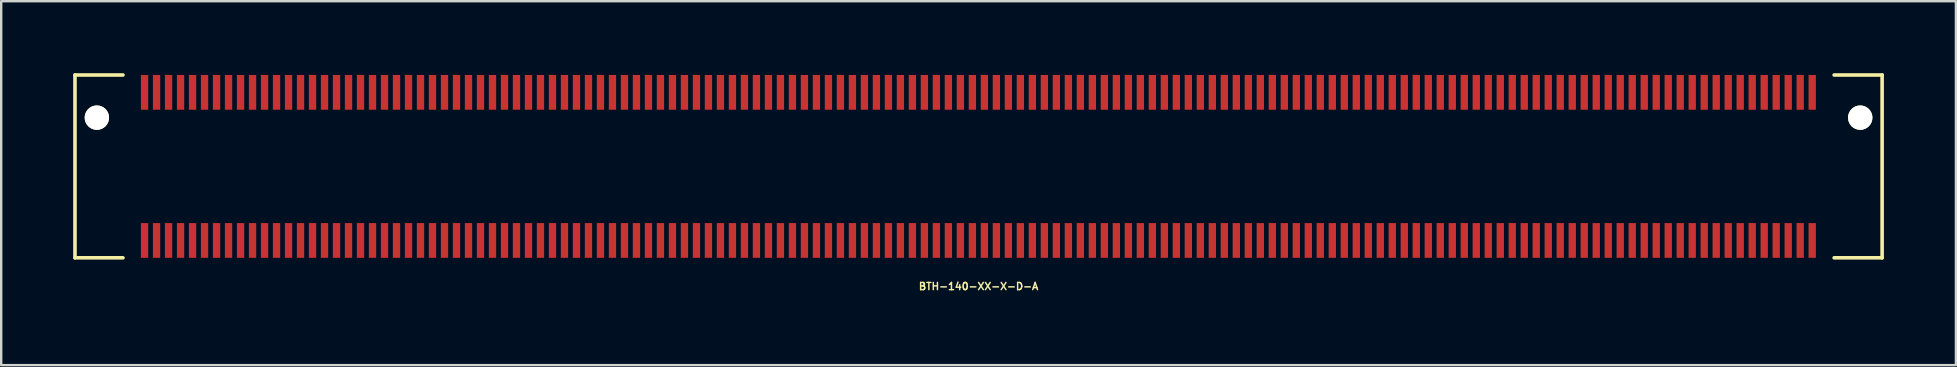
<source format=kicad_pcb>
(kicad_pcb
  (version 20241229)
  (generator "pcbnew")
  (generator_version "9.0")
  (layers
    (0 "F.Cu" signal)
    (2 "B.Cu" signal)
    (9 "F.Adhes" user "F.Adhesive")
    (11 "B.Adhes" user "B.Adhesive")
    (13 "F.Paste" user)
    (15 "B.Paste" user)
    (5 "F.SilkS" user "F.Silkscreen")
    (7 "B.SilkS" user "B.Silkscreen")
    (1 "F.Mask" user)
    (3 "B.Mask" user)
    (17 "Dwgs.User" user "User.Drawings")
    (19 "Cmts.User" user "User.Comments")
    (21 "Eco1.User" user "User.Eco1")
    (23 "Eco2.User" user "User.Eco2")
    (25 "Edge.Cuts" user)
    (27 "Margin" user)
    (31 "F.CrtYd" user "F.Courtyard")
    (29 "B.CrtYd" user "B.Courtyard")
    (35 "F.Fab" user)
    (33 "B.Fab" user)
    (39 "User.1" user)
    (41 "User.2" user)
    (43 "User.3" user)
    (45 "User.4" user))
  (footprint "BTH-140-XX-X-D-A"
    (layer "F.Cu")
    (at 37.732 3.885)
    (property "Reference" "BTH-140-XX-X-D-A" (at 0 5 0) (layer "F.SilkS") (effects (font (size 0.3 0.3) (thickness 0.061))))
    (attr smd)
    (fp_line (start -37.657 -3.81) (end -37.657 3.81) (stroke (width 0.15) (type solid)) (layer "F.SilkS"))
    (fp_line (start -37.657 3.81) (end -35.657 3.81) (stroke (width 0.15) (type solid)) (layer "F.SilkS"))
    (fp_line (start -35.657 -3.81) (end -37.657 -3.81) (stroke (width 0.15) (type solid)) (layer "F.SilkS"))
    (fp_line (start 35.657 -3.81) (end 37.657 -3.81) (stroke (width 0.15) (type solid)) (layer "F.SilkS"))
    (fp_line (start 37.657 -3.81) (end 37.657 3.81) (stroke (width 0.15) (type solid)) (layer "F.SilkS"))
    (fp_line (start 37.657 3.81) (end 35.657 3.81) (stroke (width 0.15) (type solid)) (layer "F.SilkS"))
    (pad "" np_thru_hole circle (at -36.745 -2.032) (size 1.016 1.016) (drill 1.016) (layers "*.Cu" "*.Mask" "F.SilkS"))
    (pad "" np_thru_hole circle (at 36.744 -2.032) (size 1.016 1.016) (drill 1.016) (layers "*.Cu" "*.Mask" "F.SilkS"))
    (pad "1" smd rect (at -34.757 -3.086) (size 0.305 1.448) (layers "F.Cu" "F.Mask" "F.Paste"))
    (pad "2" smd rect (at -34.757 3.086) (size 0.305 1.448) (layers "F.Cu" "F.Mask" "F.Paste"))
    (pad "3" smd rect (at -34.257 -3.086) (size 0.305 1.448) (layers "F.Cu" "F.Mask" "F.Paste"))
    (pad "4" smd rect (at -34.257 3.086) (size 0.305 1.448) (layers "F.Cu" "F.Mask" "F.Paste"))
    (pad "5" smd rect (at -33.757 -3.086) (size 0.305 1.448) (layers "F.Cu" "F.Mask" "F.Paste"))
    (pad "6" smd rect (at -33.757 3.086) (size 0.305 1.448) (layers "F.Cu" "F.Mask" "F.Paste"))
    (pad "7" smd rect (at -33.257 -3.086) (size 0.305 1.448) (layers "F.Cu" "F.Mask" "F.Paste"))
    (pad "8" smd rect (at -33.257 3.086) (size 0.305 1.448) (layers "F.Cu" "F.Mask" "F.Paste"))
    (pad "9" smd rect (at -32.757 -3.086) (size 0.305 1.448) (layers "F.Cu" "F.Mask" "F.Paste"))
    (pad "10" smd rect (at -32.757 3.086) (size 0.305 1.448) (layers "F.Cu" "F.Mask" "F.Paste"))
    (pad "11" smd rect (at -32.257 -3.086) (size 0.305 1.448) (layers "F.Cu" "F.Mask" "F.Paste"))
    (pad "12" smd rect (at -32.257 3.086) (size 0.305 1.448) (layers "F.Cu" "F.Mask" "F.Paste"))
    (pad "13" smd rect (at -31.757 -3.086) (size 0.305 1.448) (layers "F.Cu" "F.Mask" "F.Paste"))
    (pad "14" smd rect (at -31.757 3.086) (size 0.305 1.448) (layers "F.Cu" "F.Mask" "F.Paste"))
    (pad "15" smd rect (at -31.257 -3.086) (size 0.305 1.448) (layers "F.Cu" "F.Mask" "F.Paste"))
    (pad "16" smd rect (at -31.257 3.086) (size 0.305 1.448) (layers "F.Cu" "F.Mask" "F.Paste"))
    (pad "17" smd rect (at -30.757 -3.086) (size 0.305 1.448) (layers "F.Cu" "F.Mask" "F.Paste"))
    (pad "18" smd rect (at -30.757 3.086) (size 0.305 1.448) (layers "F.Cu" "F.Mask" "F.Paste"))
    (pad "19" smd rect (at -30.257 -3.086) (size 0.305 1.448) (layers "F.Cu" "F.Mask" "F.Paste"))
    (pad "20" smd rect (at -30.257 3.086) (size 0.305 1.448) (layers "F.Cu" "F.Mask" "F.Paste"))
    (pad "21" smd rect (at -29.757 -3.086) (size 0.305 1.448) (layers "F.Cu" "F.Mask" "F.Paste"))
    (pad "22" smd rect (at -29.757 3.086) (size 0.305 1.448) (layers "F.Cu" "F.Mask" "F.Paste"))
    (pad "23" smd rect (at -29.257 -3.086) (size 0.305 1.448) (layers "F.Cu" "F.Mask" "F.Paste"))
    (pad "24" smd rect (at -29.257 3.086) (size 0.305 1.448) (layers "F.Cu" "F.Mask" "F.Paste"))
    (pad "25" smd rect (at -28.757 -3.086) (size 0.305 1.448) (layers "F.Cu" "F.Mask" "F.Paste"))
    (pad "26" smd rect (at -28.757 3.086) (size 0.305 1.448) (layers "F.Cu" "F.Mask" "F.Paste"))
    (pad "27" smd rect (at -28.257 -3.086) (size 0.305 1.448) (layers "F.Cu" "F.Mask" "F.Paste"))
    (pad "28" smd rect (at -28.257 3.086) (size 0.305 1.448) (layers "F.Cu" "F.Mask" "F.Paste"))
    (pad "29" smd rect (at -27.757 -3.086) (size 0.305 1.448) (layers "F.Cu" "F.Mask" "F.Paste"))
    (pad "30" smd rect (at -27.757 3.086) (size 0.305 1.448) (layers "F.Cu" "F.Mask" "F.Paste"))
    (pad "31" smd rect (at -27.257 -3.086) (size 0.305 1.448) (layers "F.Cu" "F.Mask" "F.Paste"))
    (pad "32" smd rect (at -27.257 3.086) (size 0.305 1.448) (layers "F.Cu" "F.Mask" "F.Paste"))
    (pad "33" smd rect (at -26.757 -3.086) (size 0.305 1.448) (layers "F.Cu" "F.Mask" "F.Paste"))
    (pad "34" smd rect (at -26.757 3.086) (size 0.305 1.448) (layers "F.Cu" "F.Mask" "F.Paste"))
    (pad "35" smd rect (at -26.257 -3.086) (size 0.305 1.448) (layers "F.Cu" "F.Mask" "F.Paste"))
    (pad "36" smd rect (at -26.257 3.086) (size 0.305 1.448) (layers "F.Cu" "F.Mask" "F.Paste"))
    (pad "37" smd rect (at -25.757 -3.086) (size 0.305 1.448) (layers "F.Cu" "F.Mask" "F.Paste"))
    (pad "38" smd rect (at -25.757 3.086) (size 0.305 1.448) (layers "F.Cu" "F.Mask" "F.Paste"))
    (pad "39" smd rect (at -25.257 -3.086) (size 0.305 1.448) (layers "F.Cu" "F.Mask" "F.Paste"))
    (pad "40" smd rect (at -25.257 3.086) (size 0.305 1.448) (layers "F.Cu" "F.Mask" "F.Paste"))
    (pad "41" smd rect (at -24.757 -3.086) (size 0.305 1.448) (layers "F.Cu" "F.Mask" "F.Paste"))
    (pad "42" smd rect (at -24.757 3.086) (size 0.305 1.448) (layers "F.Cu" "F.Mask" "F.Paste"))
    (pad "43" smd rect (at -24.257 -3.086) (size 0.305 1.448) (layers "F.Cu" "F.Mask" "F.Paste"))
    (pad "44" smd rect (at -24.257 3.086) (size 0.305 1.448) (layers "F.Cu" "F.Mask" "F.Paste"))
    (pad "45" smd rect (at -23.757 -3.086) (size 0.305 1.448) (layers "F.Cu" "F.Mask" "F.Paste"))
    (pad "46" smd rect (at -23.757 3.086) (size 0.305 1.448) (layers "F.Cu" "F.Mask" "F.Paste"))
    (pad "47" smd rect (at -23.257 -3.086) (size 0.305 1.448) (layers "F.Cu" "F.Mask" "F.Paste"))
    (pad "48" smd rect (at -23.257 3.086) (size 0.305 1.448) (layers "F.Cu" "F.Mask" "F.Paste"))
    (pad "49" smd rect (at -22.757 -3.086) (size 0.305 1.448) (layers "F.Cu" "F.Mask" "F.Paste"))
    (pad "50" smd rect (at -22.757 3.086) (size 0.305 1.448) (layers "F.Cu" "F.Mask" "F.Paste"))
    (pad "51" smd rect (at -22.257 -3.086) (size 0.305 1.448) (layers "F.Cu" "F.Mask" "F.Paste"))
    (pad "52" smd rect (at -22.257 3.086) (size 0.305 1.448) (layers "F.Cu" "F.Mask" "F.Paste"))
    (pad "53" smd rect (at -21.757 -3.086) (size 0.305 1.448) (layers "F.Cu" "F.Mask" "F.Paste"))
    (pad "54" smd rect (at -21.757 3.086) (size 0.305 1.448) (layers "F.Cu" "F.Mask" "F.Paste"))
    (pad "55" smd rect (at -21.257 -3.086) (size 0.305 1.448) (layers "F.Cu" "F.Mask" "F.Paste"))
    (pad "56" smd rect (at -21.257 3.086) (size 0.305 1.448) (layers "F.Cu" "F.Mask" "F.Paste"))
    (pad "57" smd rect (at -20.757 -3.086) (size 0.305 1.448) (layers "F.Cu" "F.Mask" "F.Paste"))
    (pad "58" smd rect (at -20.757 3.086) (size 0.305 1.448) (layers "F.Cu" "F.Mask" "F.Paste"))
    (pad "59" smd rect (at -20.257 -3.086) (size 0.305 1.448) (layers "F.Cu" "F.Mask" "F.Paste"))
    (pad "60" smd rect (at -20.257 3.086) (size 0.305 1.448) (layers "F.Cu" "F.Mask" "F.Paste"))
    (pad "61" smd rect (at -19.757 -3.086) (size 0.305 1.448) (layers "F.Cu" "F.Mask" "F.Paste"))
    (pad "62" smd rect (at -19.757 3.086) (size 0.305 1.448) (layers "F.Cu" "F.Mask" "F.Paste"))
    (pad "63" smd rect (at -19.257 -3.086) (size 0.305 1.448) (layers "F.Cu" "F.Mask" "F.Paste"))
    (pad "64" smd rect (at -19.257 3.086) (size 0.305 1.448) (layers "F.Cu" "F.Mask" "F.Paste"))
    (pad "65" smd rect (at -18.757 -3.086) (size 0.305 1.448) (layers "F.Cu" "F.Mask" "F.Paste"))
    (pad "66" smd rect (at -18.757 3.086) (size 0.305 1.448) (layers "F.Cu" "F.Mask" "F.Paste"))
    (pad "67" smd rect (at -18.257 -3.086) (size 0.305 1.448) (layers "F.Cu" "F.Mask" "F.Paste"))
    (pad "68" smd rect (at -18.257 3.086) (size 0.305 1.448) (layers "F.Cu" "F.Mask" "F.Paste"))
    (pad "69" smd rect (at -17.757 -3.086) (size 0.305 1.448) (layers "F.Cu" "F.Mask" "F.Paste"))
    (pad "70" smd rect (at -17.757 3.086) (size 0.305 1.448) (layers "F.Cu" "F.Mask" "F.Paste"))
    (pad "71" smd rect (at -17.257 -3.086) (size 0.305 1.448) (layers "F.Cu" "F.Mask" "F.Paste"))
    (pad "72" smd rect (at -17.257 3.086) (size 0.305 1.448) (layers "F.Cu" "F.Mask" "F.Paste"))
    (pad "73" smd rect (at -16.757 -3.086) (size 0.305 1.448) (layers "F.Cu" "F.Mask" "F.Paste"))
    (pad "74" smd rect (at -16.757 3.086) (size 0.305 1.448) (layers "F.Cu" "F.Mask" "F.Paste"))
    (pad "75" smd rect (at -16.257 -3.086) (size 0.305 1.448) (layers "F.Cu" "F.Mask" "F.Paste"))
    (pad "76" smd rect (at -16.257 3.086) (size 0.305 1.448) (layers "F.Cu" "F.Mask" "F.Paste"))
    (pad "77" smd rect (at -15.757 -3.086) (size 0.305 1.448) (layers "F.Cu" "F.Mask" "F.Paste"))
    (pad "78" smd rect (at -15.757 3.086) (size 0.305 1.448) (layers "F.Cu" "F.Mask" "F.Paste"))
    (pad "79" smd rect (at -15.257 -3.086) (size 0.305 1.448) (layers "F.Cu" "F.Mask" "F.Paste"))
    (pad "80" smd rect (at -15.257 3.086) (size 0.305 1.448) (layers "F.Cu" "F.Mask" "F.Paste"))
    (pad "81" smd rect (at -14.757 -3.086) (size 0.305 1.448) (layers "F.Cu" "F.Mask" "F.Paste"))
    (pad "82" smd rect (at -14.757 3.086) (size 0.305 1.448) (layers "F.Cu" "F.Mask" "F.Paste"))
    (pad "83" smd rect (at -14.257 -3.086) (size 0.305 1.448) (layers "F.Cu" "F.Mask" "F.Paste"))
    (pad "84" smd rect (at -14.257 3.086) (size 0.305 1.448) (layers "F.Cu" "F.Mask" "F.Paste"))
    (pad "85" smd rect (at -13.757 -3.086) (size 0.305 1.448) (layers "F.Cu" "F.Mask" "F.Paste"))
    (pad "86" smd rect (at -13.757 3.086) (size 0.305 1.448) (layers "F.Cu" "F.Mask" "F.Paste"))
    (pad "87" smd rect (at -13.257 -3.086) (size 0.305 1.448) (layers "F.Cu" "F.Mask" "F.Paste"))
    (pad "88" smd rect (at -13.257 3.086) (size 0.305 1.448) (layers "F.Cu" "F.Mask" "F.Paste"))
    (pad "89" smd rect (at -12.757 -3.086) (size 0.305 1.448) (layers "F.Cu" "F.Mask" "F.Paste"))
    (pad "90" smd rect (at -12.757 3.086) (size 0.305 1.448) (layers "F.Cu" "F.Mask" "F.Paste"))
    (pad "91" smd rect (at -12.257 -3.086) (size 0.305 1.448) (layers "F.Cu" "F.Mask" "F.Paste"))
    (pad "92" smd rect (at -12.257 3.086) (size 0.305 1.448) (layers "F.Cu" "F.Mask" "F.Paste"))
    (pad "93" smd rect (at -11.757 -3.086) (size 0.305 1.448) (layers "F.Cu" "F.Mask" "F.Paste"))
    (pad "94" smd rect (at -11.757 3.086) (size 0.305 1.448) (layers "F.Cu" "F.Mask" "F.Paste"))
    (pad "95" smd rect (at -11.257 -3.086) (size 0.305 1.448) (layers "F.Cu" "F.Mask" "F.Paste"))
    (pad "96" smd rect (at -11.257 3.086) (size 0.305 1.448) (layers "F.Cu" "F.Mask" "F.Paste"))
    (pad "97" smd rect (at -10.757 -3.086) (size 0.305 1.448) (layers "F.Cu" "F.Mask" "F.Paste"))
    (pad "98" smd rect (at -10.757 3.086) (size 0.305 1.448) (layers "F.Cu" "F.Mask" "F.Paste"))
    (pad "99" smd rect (at -10.257 -3.086) (size 0.305 1.448) (layers "F.Cu" "F.Mask" "F.Paste"))
    (pad "100" smd rect (at -10.257 3.086) (size 0.305 1.448) (layers "F.Cu" "F.Mask" "F.Paste"))
    (pad "101" smd rect (at -9.757 -3.086) (size 0.305 1.448) (layers "F.Cu" "F.Mask" "F.Paste"))
    (pad "102" smd rect (at -9.757 3.086) (size 0.305 1.448) (layers "F.Cu" "F.Mask" "F.Paste"))
    (pad "103" smd rect (at -9.257 -3.086) (size 0.305 1.448) (layers "F.Cu" "F.Mask" "F.Paste"))
    (pad "104" smd rect (at -9.257 3.086) (size 0.305 1.448) (layers "F.Cu" "F.Mask" "F.Paste"))
    (pad "105" smd rect (at -8.757 -3.086) (size 0.305 1.448) (layers "F.Cu" "F.Mask" "F.Paste"))
    (pad "106" smd rect (at -8.757 3.086) (size 0.305 1.448) (layers "F.Cu" "F.Mask" "F.Paste"))
    (pad "107" smd rect (at -8.257 -3.086) (size 0.305 1.448) (layers "F.Cu" "F.Mask" "F.Paste"))
    (pad "108" smd rect (at -8.257 3.086) (size 0.305 1.448) (layers "F.Cu" "F.Mask" "F.Paste"))
    (pad "109" smd rect (at -7.757 -3.086) (size 0.305 1.448) (layers "F.Cu" "F.Mask" "F.Paste"))
    (pad "110" smd rect (at -7.757 3.086) (size 0.305 1.448) (layers "F.Cu" "F.Mask" "F.Paste"))
    (pad "111" smd rect (at -7.257 -3.086) (size 0.305 1.448) (layers "F.Cu" "F.Mask" "F.Paste"))
    (pad "112" smd rect (at -7.257 3.086) (size 0.305 1.448) (layers "F.Cu" "F.Mask" "F.Paste"))
    (pad "113" smd rect (at -6.757 -3.086) (size 0.305 1.448) (layers "F.Cu" "F.Mask" "F.Paste"))
    (pad "114" smd rect (at -6.757 3.086) (size 0.305 1.448) (layers "F.Cu" "F.Mask" "F.Paste"))
    (pad "115" smd rect (at -6.257 -3.086) (size 0.305 1.448) (layers "F.Cu" "F.Mask" "F.Paste"))
    (pad "116" smd rect (at -6.257 3.086) (size 0.305 1.448) (layers "F.Cu" "F.Mask" "F.Paste"))
    (pad "117" smd rect (at -5.757 -3.086) (size 0.305 1.448) (layers "F.Cu" "F.Mask" "F.Paste"))
    (pad "118" smd rect (at -5.757 3.086) (size 0.305 1.448) (layers "F.Cu" "F.Mask" "F.Paste"))
    (pad "119" smd rect (at -5.257 -3.086) (size 0.305 1.448) (layers "F.Cu" "F.Mask" "F.Paste"))
    (pad "120" smd rect (at -5.257 3.086) (size 0.305 1.448) (layers "F.Cu" "F.Mask" "F.Paste"))
    (pad "121" smd rect (at -4.757 -3.086) (size 0.305 1.448) (layers "F.Cu" "F.Mask" "F.Paste"))
    (pad "122" smd rect (at -4.757 3.086) (size 0.305 1.448) (layers "F.Cu" "F.Mask" "F.Paste"))
    (pad "123" smd rect (at -4.257 -3.086) (size 0.305 1.448) (layers "F.Cu" "F.Mask" "F.Paste"))
    (pad "124" smd rect (at -4.257 3.086) (size 0.305 1.448) (layers "F.Cu" "F.Mask" "F.Paste"))
    (pad "125" smd rect (at -3.757 -3.086) (size 0.305 1.448) (layers "F.Cu" "F.Mask" "F.Paste"))
    (pad "126" smd rect (at -3.757 3.086) (size 0.305 1.448) (layers "F.Cu" "F.Mask" "F.Paste"))
    (pad "127" smd rect (at -3.257 -3.086) (size 0.305 1.448) (layers "F.Cu" "F.Mask" "F.Paste"))
    (pad "128" smd rect (at -3.257 3.086) (size 0.305 1.448) (layers "F.Cu" "F.Mask" "F.Paste"))
    (pad "129" smd rect (at -2.757 -3.086) (size 0.305 1.448) (layers "F.Cu" "F.Mask" "F.Paste"))
    (pad "130" smd rect (at -2.757 3.086) (size 0.305 1.448) (layers "F.Cu" "F.Mask" "F.Paste"))
    (pad "131" smd rect (at -2.257 -3.086) (size 0.305 1.448) (layers "F.Cu" "F.Mask" "F.Paste"))
    (pad "132" smd rect (at -2.257 3.086) (size 0.305 1.448) (layers "F.Cu" "F.Mask" "F.Paste"))
    (pad "133" smd rect (at -1.757 -3.086) (size 0.305 1.448) (layers "F.Cu" "F.Mask" "F.Paste"))
    (pad "134" smd rect (at -1.757 3.086) (size 0.305 1.448) (layers "F.Cu" "F.Mask" "F.Paste"))
    (pad "135" smd rect (at -1.257 -3.086) (size 0.305 1.448) (layers "F.Cu" "F.Mask" "F.Paste"))
    (pad "136" smd rect (at -1.257 3.086) (size 0.305 1.448) (layers "F.Cu" "F.Mask" "F.Paste"))
    (pad "137" smd rect (at -0.757 -3.086) (size 0.305 1.448) (layers "F.Cu" "F.Mask" "F.Paste"))
    (pad "138" smd rect (at -0.757 3.086) (size 0.305 1.448) (layers "F.Cu" "F.Mask" "F.Paste"))
    (pad "139" smd rect (at -0.257 -3.086) (size 0.305 1.448) (layers "F.Cu" "F.Mask" "F.Paste"))
    (pad "140" smd rect (at -0.257 3.086) (size 0.305 1.448) (layers "F.Cu" "F.Mask" "F.Paste"))
    (pad "141" smd rect (at 0.243 -3.086) (size 0.305 1.448) (layers "F.Cu" "F.Mask" "F.Paste"))
    (pad "142" smd rect (at 0.243 3.086) (size 0.305 1.448) (layers "F.Cu" "F.Mask" "F.Paste"))
    (pad "143" smd rect (at 0.743 -3.086) (size 0.305 1.448) (layers "F.Cu" "F.Mask" "F.Paste"))
    (pad "144" smd rect (at 0.743 3.086) (size 0.305 1.448) (layers "F.Cu" "F.Mask" "F.Paste"))
    (pad "145" smd rect (at 1.243 -3.086) (size 0.305 1.448) (layers "F.Cu" "F.Mask" "F.Paste"))
    (pad "146" smd rect (at 1.243 3.086) (size 0.305 1.448) (layers "F.Cu" "F.Mask" "F.Paste"))
    (pad "147" smd rect (at 1.743 -3.086) (size 0.305 1.448) (layers "F.Cu" "F.Mask" "F.Paste"))
    (pad "148" smd rect (at 1.743 3.086) (size 0.305 1.448) (layers "F.Cu" "F.Mask" "F.Paste"))
    (pad "149" smd rect (at 2.243 -3.086) (size 0.305 1.448) (layers "F.Cu" "F.Mask" "F.Paste"))
    (pad "150" smd rect (at 2.243 3.086) (size 0.305 1.448) (layers "F.Cu" "F.Mask" "F.Paste"))
    (pad "151" smd rect (at 2.743 -3.086) (size 0.305 1.448) (layers "F.Cu" "F.Mask" "F.Paste"))
    (pad "152" smd rect (at 2.743 3.086) (size 0.305 1.448) (layers "F.Cu" "F.Mask" "F.Paste"))
    (pad "153" smd rect (at 3.243 -3.086) (size 0.305 1.448) (layers "F.Cu" "F.Mask" "F.Paste"))
    (pad "154" smd rect (at 3.243 3.086) (size 0.305 1.448) (layers "F.Cu" "F.Mask" "F.Paste"))
    (pad "155" smd rect (at 3.743 -3.086) (size 0.305 1.448) (layers "F.Cu" "F.Mask" "F.Paste"))
    (pad "156" smd rect (at 3.743 3.086) (size 0.305 1.448) (layers "F.Cu" "F.Mask" "F.Paste"))
    (pad "157" smd rect (at 4.243 -3.086) (size 0.305 1.448) (layers "F.Cu" "F.Mask" "F.Paste"))
    (pad "158" smd rect (at 4.243 3.086) (size 0.305 1.448) (layers "F.Cu" "F.Mask" "F.Paste"))
    (pad "159" smd rect (at 4.743 -3.086) (size 0.305 1.448) (layers "F.Cu" "F.Mask" "F.Paste"))
    (pad "160" smd rect (at 4.743 3.086) (size 0.305 1.448) (layers "F.Cu" "F.Mask" "F.Paste"))
    (pad "161" smd rect (at 5.243 -3.086) (size 0.305 1.448) (layers "F.Cu" "F.Mask" "F.Paste"))
    (pad "162" smd rect (at 5.243 3.086) (size 0.305 1.448) (layers "F.Cu" "F.Mask" "F.Paste"))
    (pad "163" smd rect (at 5.743 -3.086) (size 0.305 1.448) (layers "F.Cu" "F.Mask" "F.Paste"))
    (pad "164" smd rect (at 5.743 3.086) (size 0.305 1.448) (layers "F.Cu" "F.Mask" "F.Paste"))
    (pad "165" smd rect (at 6.243 -3.086) (size 0.305 1.448) (layers "F.Cu" "F.Mask" "F.Paste"))
    (pad "166" smd rect (at 6.243 3.086) (size 0.305 1.448) (layers "F.Cu" "F.Mask" "F.Paste"))
    (pad "167" smd rect (at 6.743 -3.086) (size 0.305 1.448) (layers "F.Cu" "F.Mask" "F.Paste"))
    (pad "168" smd rect (at 6.743 3.086) (size 0.305 1.448) (layers "F.Cu" "F.Mask" "F.Paste"))
    (pad "169" smd rect (at 7.243 -3.086) (size 0.305 1.448) (layers "F.Cu" "F.Mask" "F.Paste"))
    (pad "170" smd rect (at 7.243 3.086) (size 0.305 1.448) (layers "F.Cu" "F.Mask" "F.Paste"))
    (pad "171" smd rect (at 7.743 -3.086) (size 0.305 1.448) (layers "F.Cu" "F.Mask" "F.Paste"))
    (pad "172" smd rect (at 7.743 3.086) (size 0.305 1.448) (layers "F.Cu" "F.Mask" "F.Paste"))
    (pad "173" smd rect (at 8.243 -3.086) (size 0.305 1.448) (layers "F.Cu" "F.Mask" "F.Paste"))
    (pad "174" smd rect (at 8.243 3.086) (size 0.305 1.448) (layers "F.Cu" "F.Mask" "F.Paste"))
    (pad "175" smd rect (at 8.743 -3.086) (size 0.305 1.448) (layers "F.Cu" "F.Mask" "F.Paste"))
    (pad "176" smd rect (at 8.743 3.086) (size 0.305 1.448) (layers "F.Cu" "F.Mask" "F.Paste"))
    (pad "177" smd rect (at 9.243 -3.086) (size 0.305 1.448) (layers "F.Cu" "F.Mask" "F.Paste"))
    (pad "178" smd rect (at 9.243 3.086) (size 0.305 1.448) (layers "F.Cu" "F.Mask" "F.Paste"))
    (pad "179" smd rect (at 9.743 -3.086) (size 0.305 1.448) (layers "F.Cu" "F.Mask" "F.Paste"))
    (pad "180" smd rect (at 9.743 3.086) (size 0.305 1.448) (layers "F.Cu" "F.Mask" "F.Paste"))
    (pad "181" smd rect (at 10.243 -3.086) (size 0.305 1.448) (layers "F.Cu" "F.Mask" "F.Paste"))
    (pad "182" smd rect (at 10.243 3.086) (size 0.305 1.448) (layers "F.Cu" "F.Mask" "F.Paste"))
    (pad "183" smd rect (at 10.743 -3.086) (size 0.305 1.448) (layers "F.Cu" "F.Mask" "F.Paste"))
    (pad "184" smd rect (at 10.743 3.086) (size 0.305 1.448) (layers "F.Cu" "F.Mask" "F.Paste"))
    (pad "185" smd rect (at 11.243 -3.086) (size 0.305 1.448) (layers "F.Cu" "F.Mask" "F.Paste"))
    (pad "186" smd rect (at 11.243 3.086) (size 0.305 1.448) (layers "F.Cu" "F.Mask" "F.Paste"))
    (pad "187" smd rect (at 11.743 -3.086) (size 0.305 1.448) (layers "F.Cu" "F.Mask" "F.Paste"))
    (pad "188" smd rect (at 11.743 3.086) (size 0.305 1.448) (layers "F.Cu" "F.Mask" "F.Paste"))
    (pad "189" smd rect (at 12.243 -3.086) (size 0.305 1.448) (layers "F.Cu" "F.Mask" "F.Paste"))
    (pad "190" smd rect (at 12.243 3.086) (size 0.305 1.448) (layers "F.Cu" "F.Mask" "F.Paste"))
    (pad "191" smd rect (at 12.743 -3.086) (size 0.305 1.448) (layers "F.Cu" "F.Mask" "F.Paste"))
    (pad "192" smd rect (at 12.743 3.086) (size 0.305 1.448) (layers "F.Cu" "F.Mask" "F.Paste"))
    (pad "193" smd rect (at 13.243 -3.086) (size 0.305 1.448) (layers "F.Cu" "F.Mask" "F.Paste"))
    (pad "194" smd rect (at 13.243 3.086) (size 0.305 1.448) (layers "F.Cu" "F.Mask" "F.Paste"))
    (pad "195" smd rect (at 13.743 -3.086) (size 0.305 1.448) (layers "F.Cu" "F.Mask" "F.Paste"))
    (pad "196" smd rect (at 13.743 3.086) (size 0.305 1.448) (layers "F.Cu" "F.Mask" "F.Paste"))
    (pad "197" smd rect (at 14.243 -3.086) (size 0.305 1.448) (layers "F.Cu" "F.Mask" "F.Paste"))
    (pad "198" smd rect (at 14.243 3.086) (size 0.305 1.448) (layers "F.Cu" "F.Mask" "F.Paste"))
    (pad "199" smd rect (at 14.743 -3.086) (size 0.305 1.448) (layers "F.Cu" "F.Mask" "F.Paste"))
    (pad "200" smd rect (at 14.743 3.086) (size 0.305 1.448) (layers "F.Cu" "F.Mask" "F.Paste"))
    (pad "201" smd rect (at 15.243 -3.086) (size 0.305 1.448) (layers "F.Cu" "F.Mask" "F.Paste"))
    (pad "202" smd rect (at 15.243 3.086) (size 0.305 1.448) (layers "F.Cu" "F.Mask" "F.Paste"))
    (pad "203" smd rect (at 15.743 -3.086) (size 0.305 1.448) (layers "F.Cu" "F.Mask" "F.Paste"))
    (pad "204" smd rect (at 15.743 3.086) (size 0.305 1.448) (layers "F.Cu" "F.Mask" "F.Paste"))
    (pad "205" smd rect (at 16.243 -3.086) (size 0.305 1.448) (layers "F.Cu" "F.Mask" "F.Paste"))
    (pad "206" smd rect (at 16.243 3.086) (size 0.305 1.448) (layers "F.Cu" "F.Mask" "F.Paste"))
    (pad "207" smd rect (at 16.743 -3.086) (size 0.305 1.448) (layers "F.Cu" "F.Mask" "F.Paste"))
    (pad "208" smd rect (at 16.743 3.086) (size 0.305 1.448) (layers "F.Cu" "F.Mask" "F.Paste"))
    (pad "209" smd rect (at 17.243 -3.086) (size 0.305 1.448) (layers "F.Cu" "F.Mask" "F.Paste"))
    (pad "210" smd rect (at 17.243 3.086) (size 0.305 1.448) (layers "F.Cu" "F.Mask" "F.Paste"))
    (pad "211" smd rect (at 17.743 -3.086) (size 0.305 1.448) (layers "F.Cu" "F.Mask" "F.Paste"))
    (pad "212" smd rect (at 17.743 3.086) (size 0.305 1.448) (layers "F.Cu" "F.Mask" "F.Paste"))
    (pad "213" smd rect (at 18.243 -3.086) (size 0.305 1.448) (layers "F.Cu" "F.Mask" "F.Paste"))
    (pad "214" smd rect (at 18.243 3.086) (size 0.305 1.448) (layers "F.Cu" "F.Mask" "F.Paste"))
    (pad "215" smd rect (at 18.743 -3.086) (size 0.305 1.448) (layers "F.Cu" "F.Mask" "F.Paste"))
    (pad "216" smd rect (at 18.743 3.086) (size 0.305 1.448) (layers "F.Cu" "F.Mask" "F.Paste"))
    (pad "217" smd rect (at 19.243 -3.086) (size 0.305 1.448) (layers "F.Cu" "F.Mask" "F.Paste"))
    (pad "218" smd rect (at 19.243 3.086) (size 0.305 1.448) (layers "F.Cu" "F.Mask" "F.Paste"))
    (pad "219" smd rect (at 19.743 -3.086) (size 0.305 1.448) (layers "F.Cu" "F.Mask" "F.Paste"))
    (pad "220" smd rect (at 19.743 3.086) (size 0.305 1.448) (layers "F.Cu" "F.Mask" "F.Paste"))
    (pad "221" smd rect (at 20.243 -3.086) (size 0.305 1.448) (layers "F.Cu" "F.Mask" "F.Paste"))
    (pad "222" smd rect (at 20.243 3.086) (size 0.305 1.448) (layers "F.Cu" "F.Mask" "F.Paste"))
    (pad "223" smd rect (at 20.743 -3.086) (size 0.305 1.448) (layers "F.Cu" "F.Mask" "F.Paste"))
    (pad "224" smd rect (at 20.743 3.086) (size 0.305 1.448) (layers "F.Cu" "F.Mask" "F.Paste"))
    (pad "225" smd rect (at 21.243 -3.086) (size 0.305 1.448) (layers "F.Cu" "F.Mask" "F.Paste"))
    (pad "226" smd rect (at 21.243 3.086) (size 0.305 1.448) (layers "F.Cu" "F.Mask" "F.Paste"))
    (pad "227" smd rect (at 21.743 -3.086) (size 0.305 1.448) (layers "F.Cu" "F.Mask" "F.Paste"))
    (pad "228" smd rect (at 21.743 3.086) (size 0.305 1.448) (layers "F.Cu" "F.Mask" "F.Paste"))
    (pad "229" smd rect (at 22.243 -3.086) (size 0.305 1.448) (layers "F.Cu" "F.Mask" "F.Paste"))
    (pad "230" smd rect (at 22.243 3.086) (size 0.305 1.448) (layers "F.Cu" "F.Mask" "F.Paste"))
    (pad "231" smd rect (at 22.743 -3.086) (size 0.305 1.448) (layers "F.Cu" "F.Mask" "F.Paste"))
    (pad "232" smd rect (at 22.743 3.086) (size 0.305 1.448) (layers "F.Cu" "F.Mask" "F.Paste"))
    (pad "233" smd rect (at 23.243 -3.086) (size 0.305 1.448) (layers "F.Cu" "F.Mask" "F.Paste"))
    (pad "234" smd rect (at 23.243 3.086) (size 0.305 1.448) (layers "F.Cu" "F.Mask" "F.Paste"))
    (pad "235" smd rect (at 23.743 -3.086) (size 0.305 1.448) (layers "F.Cu" "F.Mask" "F.Paste"))
    (pad "236" smd rect (at 23.743 3.086) (size 0.305 1.448) (layers "F.Cu" "F.Mask" "F.Paste"))
    (pad "237" smd rect (at 24.243 -3.086) (size 0.305 1.448) (layers "F.Cu" "F.Mask" "F.Paste"))
    (pad "238" smd rect (at 24.243 3.086) (size 0.305 1.448) (layers "F.Cu" "F.Mask" "F.Paste"))
    (pad "239" smd rect (at 24.743 -3.086) (size 0.305 1.448) (layers "F.Cu" "F.Mask" "F.Paste"))
    (pad "240" smd rect (at 24.743 3.086) (size 0.305 1.448) (layers "F.Cu" "F.Mask" "F.Paste"))
    (pad "241" smd rect (at 25.243 -3.086) (size 0.305 1.448) (layers "F.Cu" "F.Mask" "F.Paste"))
    (pad "242" smd rect (at 25.243 3.086) (size 0.305 1.448) (layers "F.Cu" "F.Mask" "F.Paste"))
    (pad "243" smd rect (at 25.743 -3.086) (size 0.305 1.448) (layers "F.Cu" "F.Mask" "F.Paste"))
    (pad "244" smd rect (at 25.743 3.086) (size 0.305 1.448) (layers "F.Cu" "F.Mask" "F.Paste"))
    (pad "245" smd rect (at 26.243 -3.086) (size 0.305 1.448) (layers "F.Cu" "F.Mask" "F.Paste"))
    (pad "246" smd rect (at 26.243 3.086) (size 0.305 1.448) (layers "F.Cu" "F.Mask" "F.Paste"))
    (pad "247" smd rect (at 26.743 -3.086) (size 0.305 1.448) (layers "F.Cu" "F.Mask" "F.Paste"))
    (pad "248" smd rect (at 26.743 3.086) (size 0.305 1.448) (layers "F.Cu" "F.Mask" "F.Paste"))
    (pad "249" smd rect (at 27.243 -3.086) (size 0.305 1.448) (layers "F.Cu" "F.Mask" "F.Paste"))
    (pad "250" smd rect (at 27.243 3.086) (size 0.305 1.448) (layers "F.Cu" "F.Mask" "F.Paste"))
    (pad "251" smd rect (at 27.743 -3.086) (size 0.305 1.448) (layers "F.Cu" "F.Mask" "F.Paste"))
    (pad "252" smd rect (at 27.743 3.086) (size 0.305 1.448) (layers "F.Cu" "F.Mask" "F.Paste"))
    (pad "253" smd rect (at 28.243 -3.086) (size 0.305 1.448) (layers "F.Cu" "F.Mask" "F.Paste"))
    (pad "254" smd rect (at 28.243 3.086) (size 0.305 1.448) (layers "F.Cu" "F.Mask" "F.Paste"))
    (pad "255" smd rect (at 28.743 -3.086) (size 0.305 1.448) (layers "F.Cu" "F.Mask" "F.Paste"))
    (pad "256" smd rect (at 28.743 3.086) (size 0.305 1.448) (layers "F.Cu" "F.Mask" "F.Paste"))
    (pad "257" smd rect (at 29.243 -3.086) (size 0.305 1.448) (layers "F.Cu" "F.Mask" "F.Paste"))
    (pad "258" smd rect (at 29.243 3.086) (size 0.305 1.448) (layers "F.Cu" "F.Mask" "F.Paste"))
    (pad "259" smd rect (at 29.743 -3.086) (size 0.305 1.448) (layers "F.Cu" "F.Mask" "F.Paste"))
    (pad "260" smd rect (at 29.743 3.086) (size 0.305 1.448) (layers "F.Cu" "F.Mask" "F.Paste"))
    (pad "261" smd rect (at 30.243 -3.086) (size 0.305 1.448) (layers "F.Cu" "F.Mask" "F.Paste"))
    (pad "262" smd rect (at 30.243 3.086) (size 0.305 1.448) (layers "F.Cu" "F.Mask" "F.Paste"))
    (pad "263" smd rect (at 30.743 -3.086) (size 0.305 1.448) (layers "F.Cu" "F.Mask" "F.Paste"))
    (pad "264" smd rect (at 30.743 3.086) (size 0.305 1.448) (layers "F.Cu" "F.Mask" "F.Paste"))
    (pad "265" smd rect (at 31.243 -3.086) (size 0.305 1.448) (layers "F.Cu" "F.Mask" "F.Paste"))
    (pad "266" smd rect (at 31.243 3.086) (size 0.305 1.448) (layers "F.Cu" "F.Mask" "F.Paste"))
    (pad "267" smd rect (at 31.743 -3.086) (size 0.305 1.448) (layers "F.Cu" "F.Mask" "F.Paste"))
    (pad "268" smd rect (at 31.743 3.086) (size 0.305 1.448) (layers "F.Cu" "F.Mask" "F.Paste"))
    (pad "269" smd rect (at 32.243 -3.086) (size 0.305 1.448) (layers "F.Cu" "F.Mask" "F.Paste"))
    (pad "270" smd rect (at 32.243 3.086) (size 0.305 1.448) (layers "F.Cu" "F.Mask" "F.Paste"))
    (pad "271" smd rect (at 32.743 -3.086) (size 0.305 1.448) (layers "F.Cu" "F.Mask" "F.Paste"))
    (pad "272" smd rect (at 32.743 3.086) (size 0.305 1.448) (layers "F.Cu" "F.Mask" "F.Paste"))
    (pad "273" smd rect (at 33.243 -3.086) (size 0.305 1.448) (layers "F.Cu" "F.Mask" "F.Paste"))
    (pad "274" smd rect (at 33.243 3.086) (size 0.305 1.448) (layers "F.Cu" "F.Mask" "F.Paste"))
    (pad "275" smd rect (at 33.743 -3.086) (size 0.305 1.448) (layers "F.Cu" "F.Mask" "F.Paste"))
    (pad "276" smd rect (at 33.743 3.086) (size 0.305 1.448) (layers "F.Cu" "F.Mask" "F.Paste"))
    (pad "277" smd rect (at 34.243 -3.086) (size 0.305 1.448) (layers "F.Cu" "F.Mask" "F.Paste"))
    (pad "278" smd rect (at 34.243 3.086) (size 0.305 1.448) (layers "F.Cu" "F.Mask" "F.Paste"))
    (pad "279" smd rect (at 34.743 -3.086) (size 0.305 1.448) (layers "F.Cu" "F.Mask" "F.Paste"))
    (pad "280" smd rect (at 34.743 3.086) (size 0.305 1.448) (layers "F.Cu" "F.Mask" "F.Paste")))
  (gr_rect
    (start -3 -3)
    (end 78.464 12.167)
    (stroke (width 0.1) (type default))
    (fill no)
    (layer "Edge.Cuts")))
</source>
